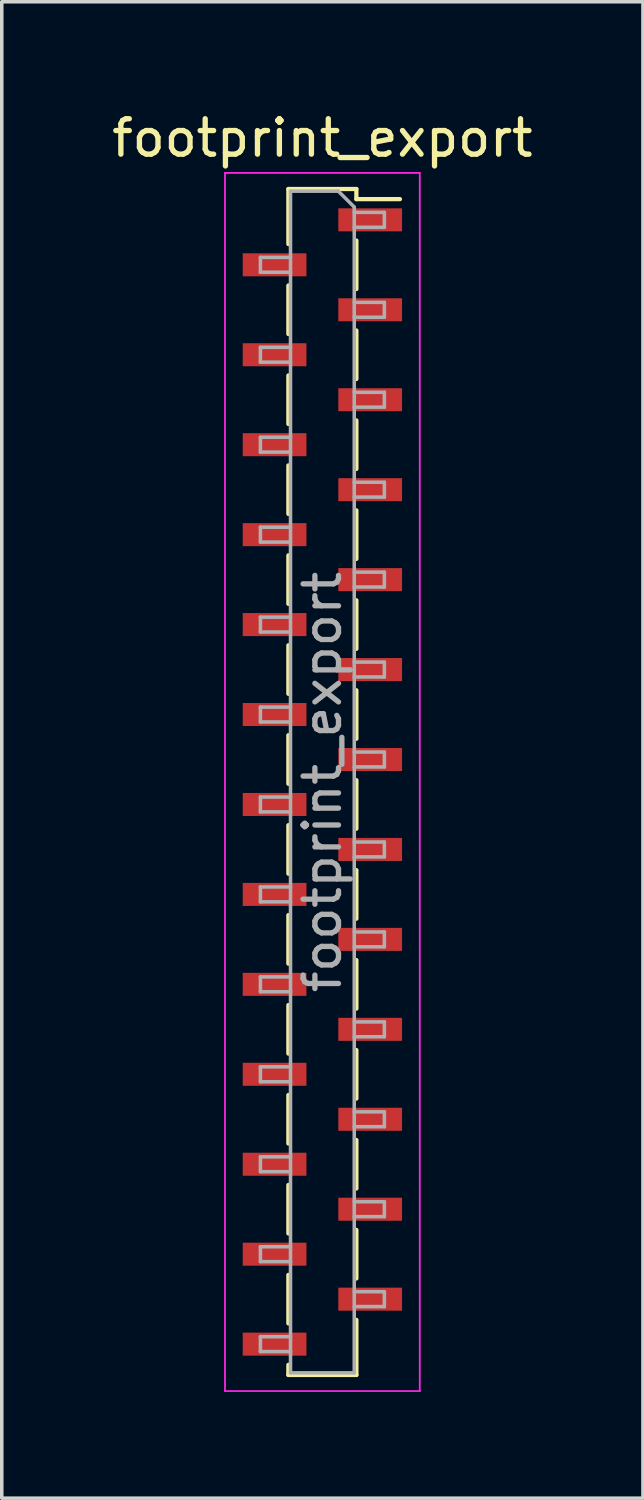
<source format=kicad_pcb>
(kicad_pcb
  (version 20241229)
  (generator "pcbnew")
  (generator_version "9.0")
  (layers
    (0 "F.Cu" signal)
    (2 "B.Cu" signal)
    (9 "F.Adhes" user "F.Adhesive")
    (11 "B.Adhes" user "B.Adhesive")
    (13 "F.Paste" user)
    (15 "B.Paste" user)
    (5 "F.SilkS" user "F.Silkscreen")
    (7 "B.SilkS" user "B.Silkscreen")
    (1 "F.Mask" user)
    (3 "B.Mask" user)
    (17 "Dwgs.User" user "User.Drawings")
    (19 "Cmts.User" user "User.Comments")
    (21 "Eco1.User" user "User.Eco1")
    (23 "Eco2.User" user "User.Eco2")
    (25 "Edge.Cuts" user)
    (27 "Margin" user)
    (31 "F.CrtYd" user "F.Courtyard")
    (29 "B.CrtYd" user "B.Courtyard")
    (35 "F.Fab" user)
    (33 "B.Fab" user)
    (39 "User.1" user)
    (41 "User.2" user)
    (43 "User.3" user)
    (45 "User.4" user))
  (footprint "footprint_export"
    (layer "F.Cu")
    (at 6.054 19.033)
    (property "Reference" "footprint_export" (at 0 -18.185 0) (layer "F.SilkS") (effects (font (size 1 1) (thickness 0.15))))
    (attr smd)
    (fp_line (start -0.96 -16.745) (end -0.96 -15.19) (stroke (width 0.12) (type solid)) (layer "F.SilkS"))
    (fp_line (start -0.96 -16.745) (end 0.96 -16.745) (stroke (width 0.12) (type solid)) (layer "F.SilkS"))
    (fp_line (start -0.96 -14.02) (end -0.96 -12.65) (stroke (width 0.12) (type solid)) (layer "F.SilkS"))
    (fp_line (start -0.96 -11.48) (end -0.96 -10.11) (stroke (width 0.12) (type solid)) (layer "F.SilkS"))
    (fp_line (start -0.96 -8.94) (end -0.96 -7.57) (stroke (width 0.12) (type solid)) (layer "F.SilkS"))
    (fp_line (start -0.96 -6.4) (end -0.96 -5.03) (stroke (width 0.12) (type solid)) (layer "F.SilkS"))
    (fp_line (start -0.96 -3.86) (end -0.96 -2.49) (stroke (width 0.12) (type solid)) (layer "F.SilkS"))
    (fp_line (start -0.96 -1.32) (end -0.96 0.05) (stroke (width 0.12) (type solid)) (layer "F.SilkS"))
    (fp_line (start -0.96 1.22) (end -0.96 2.59) (stroke (width 0.12) (type solid)) (layer "F.SilkS"))
    (fp_line (start -0.96 3.76) (end -0.96 5.13) (stroke (width 0.12) (type solid)) (layer "F.SilkS"))
    (fp_line (start -0.96 6.3) (end -0.96 7.67) (stroke (width 0.12) (type solid)) (layer "F.SilkS"))
    (fp_line (start -0.96 8.84) (end -0.96 10.21) (stroke (width 0.12) (type solid)) (layer "F.SilkS"))
    (fp_line (start -0.96 11.38) (end -0.96 12.75) (stroke (width 0.12) (type solid)) (layer "F.SilkS"))
    (fp_line (start -0.96 13.92) (end -0.96 15.29) (stroke (width 0.12) (type solid)) (layer "F.SilkS"))
    (fp_line (start -0.96 16.46) (end -0.96 16.745) (stroke (width 0.12) (type solid)) (layer "F.SilkS"))
    (fp_line (start -0.96 16.745) (end 0.96 16.745) (stroke (width 0.12) (type solid)) (layer "F.SilkS"))
    (fp_line (start 0.96 -16.745) (end 0.96 -16.46) (stroke (width 0.12) (type solid)) (layer "F.SilkS"))
    (fp_line (start 0.96 -16.46) (end 2.19 -16.46) (stroke (width 0.12) (type solid)) (layer "F.SilkS"))
    (fp_line (start 0.96 -15.29) (end 0.96 -13.92) (stroke (width 0.12) (type solid)) (layer "F.SilkS"))
    (fp_line (start 0.96 -12.75) (end 0.96 -11.38) (stroke (width 0.12) (type solid)) (layer "F.SilkS"))
    (fp_line (start 0.96 -10.21) (end 0.96 -8.84) (stroke (width 0.12) (type solid)) (layer "F.SilkS"))
    (fp_line (start 0.96 -7.67) (end 0.96 -6.3) (stroke (width 0.12) (type solid)) (layer "F.SilkS"))
    (fp_line (start 0.96 -5.13) (end 0.96 -3.76) (stroke (width 0.12) (type solid)) (layer "F.SilkS"))
    (fp_line (start 0.96 -2.59) (end 0.96 -1.22) (stroke (width 0.12) (type solid)) (layer "F.SilkS"))
    (fp_line (start 0.96 -0.05) (end 0.96 1.32) (stroke (width 0.12) (type solid)) (layer "F.SilkS"))
    (fp_line (start 0.96 2.49) (end 0.96 3.86) (stroke (width 0.12) (type solid)) (layer "F.SilkS"))
    (fp_line (start 0.96 5.03) (end 0.96 6.4) (stroke (width 0.12) (type solid)) (layer "F.SilkS"))
    (fp_line (start 0.96 7.57) (end 0.96 8.94) (stroke (width 0.12) (type solid)) (layer "F.SilkS"))
    (fp_line (start 0.96 10.11) (end 0.96 11.48) (stroke (width 0.12) (type solid)) (layer "F.SilkS"))
    (fp_line (start 0.96 12.65) (end 0.96 14.02) (stroke (width 0.12) (type solid)) (layer "F.SilkS"))
    (fp_line (start 0.96 15.19) (end 0.96 16.745) (stroke (width 0.12) (type solid)) (layer "F.SilkS"))
    (fp_line (start -2.75 -17.2) (end 2.75 -17.2) (stroke (width 0.05) (type solid)) (layer "F.CrtYd"))
    (fp_line (start -2.75 17.2) (end -2.75 -17.2) (stroke (width 0.05) (type solid)) (layer "F.CrtYd"))
    (fp_line (start 2.75 -17.2) (end 2.75 17.2) (stroke (width 0.05) (type solid)) (layer "F.CrtYd"))
    (fp_line (start 2.75 17.2) (end -2.75 17.2) (stroke (width 0.05) (type solid)) (layer "F.CrtYd"))
    (fp_line (start -1.75 -14.815) (end -0.9 -14.815) (stroke (width 0.1) (type solid)) (layer "F.Fab"))
    (fp_line (start -1.75 -14.395) (end -1.75 -14.815) (stroke (width 0.1) (type solid)) (layer "F.Fab"))
    (fp_line (start -1.75 -12.275) (end -0.9 -12.275) (stroke (width 0.1) (type solid)) (layer "F.Fab"))
    (fp_line (start -1.75 -11.855) (end -1.75 -12.275) (stroke (width 0.1) (type solid)) (layer "F.Fab"))
    (fp_line (start -1.75 -9.735) (end -0.9 -9.735) (stroke (width 0.1) (type solid)) (layer "F.Fab"))
    (fp_line (start -1.75 -9.315) (end -1.75 -9.735) (stroke (width 0.1) (type solid)) (layer "F.Fab"))
    (fp_line (start -1.75 -7.195) (end -0.9 -7.195) (stroke (width 0.1) (type solid)) (layer "F.Fab"))
    (fp_line (start -1.75 -6.775) (end -1.75 -7.195) (stroke (width 0.1) (type solid)) (layer "F.Fab"))
    (fp_line (start -1.75 -4.655) (end -0.9 -4.655) (stroke (width 0.1) (type solid)) (layer "F.Fab"))
    (fp_line (start -1.75 -4.235) (end -1.75 -4.655) (stroke (width 0.1) (type solid)) (layer "F.Fab"))
    (fp_line (start -1.75 -2.115) (end -0.9 -2.115) (stroke (width 0.1) (type solid)) (layer "F.Fab"))
    (fp_line (start -1.75 -1.695) (end -1.75 -2.115) (stroke (width 0.1) (type solid)) (layer "F.Fab"))
    (fp_line (start -1.75 0.425) (end -0.9 0.425) (stroke (width 0.1) (type solid)) (layer "F.Fab"))
    (fp_line (start -1.75 0.845) (end -1.75 0.425) (stroke (width 0.1) (type solid)) (layer "F.Fab"))
    (fp_line (start -1.75 2.965) (end -0.9 2.965) (stroke (width 0.1) (type solid)) (layer "F.Fab"))
    (fp_line (start -1.75 3.385) (end -1.75 2.965) (stroke (width 0.1) (type solid)) (layer "F.Fab"))
    (fp_line (start -1.75 5.505) (end -0.9 5.505) (stroke (width 0.1) (type solid)) (layer "F.Fab"))
    (fp_line (start -1.75 5.925) (end -1.75 5.505) (stroke (width 0.1) (type solid)) (layer "F.Fab"))
    (fp_line (start -1.75 8.045) (end -0.9 8.045) (stroke (width 0.1) (type solid)) (layer "F.Fab"))
    (fp_line (start -1.75 8.465) (end -1.75 8.045) (stroke (width 0.1) (type solid)) (layer "F.Fab"))
    (fp_line (start -1.75 10.585) (end -0.9 10.585) (stroke (width 0.1) (type solid)) (layer "F.Fab"))
    (fp_line (start -1.75 11.005) (end -1.75 10.585) (stroke (width 0.1) (type solid)) (layer "F.Fab"))
    (fp_line (start -1.75 13.125) (end -0.9 13.125) (stroke (width 0.1) (type solid)) (layer "F.Fab"))
    (fp_line (start -1.75 13.545) (end -1.75 13.125) (stroke (width 0.1) (type solid)) (layer "F.Fab"))
    (fp_line (start -1.75 15.665) (end -0.9 15.665) (stroke (width 0.1) (type solid)) (layer "F.Fab"))
    (fp_line (start -1.75 16.085) (end -1.75 15.665) (stroke (width 0.1) (type solid)) (layer "F.Fab"))
    (fp_line (start -0.9 -16.685) (end 0.45 -16.685) (stroke (width 0.1) (type solid)) (layer "F.Fab"))
    (fp_line (start -0.9 -14.395) (end -1.75 -14.395) (stroke (width 0.1) (type solid)) (layer "F.Fab"))
    (fp_line (start -0.9 -11.855) (end -1.75 -11.855) (stroke (width 0.1) (type solid)) (layer "F.Fab"))
    (fp_line (start -0.9 -9.315) (end -1.75 -9.315) (stroke (width 0.1) (type solid)) (layer "F.Fab"))
    (fp_line (start -0.9 -6.775) (end -1.75 -6.775) (stroke (width 0.1) (type solid)) (layer "F.Fab"))
    (fp_line (start -0.9 -4.235) (end -1.75 -4.235) (stroke (width 0.1) (type solid)) (layer "F.Fab"))
    (fp_line (start -0.9 -1.695) (end -1.75 -1.695) (stroke (width 0.1) (type solid)) (layer "F.Fab"))
    (fp_line (start -0.9 0.845) (end -1.75 0.845) (stroke (width 0.1) (type solid)) (layer "F.Fab"))
    (fp_line (start -0.9 3.385) (end -1.75 3.385) (stroke (width 0.1) (type solid)) (layer "F.Fab"))
    (fp_line (start -0.9 5.925) (end -1.75 5.925) (stroke (width 0.1) (type solid)) (layer "F.Fab"))
    (fp_line (start -0.9 8.465) (end -1.75 8.465) (stroke (width 0.1) (type solid)) (layer "F.Fab"))
    (fp_line (start -0.9 11.005) (end -1.75 11.005) (stroke (width 0.1) (type solid)) (layer "F.Fab"))
    (fp_line (start -0.9 13.545) (end -1.75 13.545) (stroke (width 0.1) (type solid)) (layer "F.Fab"))
    (fp_line (start -0.9 16.085) (end -1.75 16.085) (stroke (width 0.1) (type solid)) (layer "F.Fab"))
    (fp_line (start -0.9 16.685) (end -0.9 -16.685) (stroke (width 0.1) (type solid)) (layer "F.Fab"))
    (fp_line (start 0.45 -16.685) (end 0.9 -16.235) (stroke (width 0.1) (type solid)) (layer "F.Fab"))
    (fp_line (start 0.9 -16.235) (end 0.9 16.685) (stroke (width 0.1) (type solid)) (layer "F.Fab"))
    (fp_line (start 0.9 -16.085) (end 1.75 -16.085) (stroke (width 0.1) (type solid)) (layer "F.Fab"))
    (fp_line (start 0.9 -13.545) (end 1.75 -13.545) (stroke (width 0.1) (type solid)) (layer "F.Fab"))
    (fp_line (start 0.9 -11.005) (end 1.75 -11.005) (stroke (width 0.1) (type solid)) (layer "F.Fab"))
    (fp_line (start 0.9 -8.465) (end 1.75 -8.465) (stroke (width 0.1) (type solid)) (layer "F.Fab"))
    (fp_line (start 0.9 -5.925) (end 1.75 -5.925) (stroke (width 0.1) (type solid)) (layer "F.Fab"))
    (fp_line (start 0.9 -3.385) (end 1.75 -3.385) (stroke (width 0.1) (type solid)) (layer "F.Fab"))
    (fp_line (start 0.9 -0.845) (end 1.75 -0.845) (stroke (width 0.1) (type solid)) (layer "F.Fab"))
    (fp_line (start 0.9 1.695) (end 1.75 1.695) (stroke (width 0.1) (type solid)) (layer "F.Fab"))
    (fp_line (start 0.9 4.235) (end 1.75 4.235) (stroke (width 0.1) (type solid)) (layer "F.Fab"))
    (fp_line (start 0.9 6.775) (end 1.75 6.775) (stroke (width 0.1) (type solid)) (layer "F.Fab"))
    (fp_line (start 0.9 9.315) (end 1.75 9.315) (stroke (width 0.1) (type solid)) (layer "F.Fab"))
    (fp_line (start 0.9 11.855) (end 1.75 11.855) (stroke (width 0.1) (type solid)) (layer "F.Fab"))
    (fp_line (start 0.9 14.395) (end 1.75 14.395) (stroke (width 0.1) (type solid)) (layer "F.Fab"))
    (fp_line (start 0.9 16.685) (end -0.9 16.685) (stroke (width 0.1) (type solid)) (layer "F.Fab"))
    (fp_line (start 1.75 -16.085) (end 1.75 -15.665) (stroke (width 0.1) (type solid)) (layer "F.Fab"))
    (fp_line (start 1.75 -15.665) (end 0.9 -15.665) (stroke (width 0.1) (type solid)) (layer "F.Fab"))
    (fp_line (start 1.75 -13.545) (end 1.75 -13.125) (stroke (width 0.1) (type solid)) (layer "F.Fab"))
    (fp_line (start 1.75 -13.125) (end 0.9 -13.125) (stroke (width 0.1) (type solid)) (layer "F.Fab"))
    (fp_line (start 1.75 -11.005) (end 1.75 -10.585) (stroke (width 0.1) (type solid)) (layer "F.Fab"))
    (fp_line (start 1.75 -10.585) (end 0.9 -10.585) (stroke (width 0.1) (type solid)) (layer "F.Fab"))
    (fp_line (start 1.75 -8.465) (end 1.75 -8.045) (stroke (width 0.1) (type solid)) (layer "F.Fab"))
    (fp_line (start 1.75 -8.045) (end 0.9 -8.045) (stroke (width 0.1) (type solid)) (layer "F.Fab"))
    (fp_line (start 1.75 -5.925) (end 1.75 -5.505) (stroke (width 0.1) (type solid)) (layer "F.Fab"))
    (fp_line (start 1.75 -5.505) (end 0.9 -5.505) (stroke (width 0.1) (type solid)) (layer "F.Fab"))
    (fp_line (start 1.75 -3.385) (end 1.75 -2.965) (stroke (width 0.1) (type solid)) (layer "F.Fab"))
    (fp_line (start 1.75 -2.965) (end 0.9 -2.965) (stroke (width 0.1) (type solid)) (layer "F.Fab"))
    (fp_line (start 1.75 -0.845) (end 1.75 -0.425) (stroke (width 0.1) (type solid)) (layer "F.Fab"))
    (fp_line (start 1.75 -0.425) (end 0.9 -0.425) (stroke (width 0.1) (type solid)) (layer "F.Fab"))
    (fp_line (start 1.75 1.695) (end 1.75 2.115) (stroke (width 0.1) (type solid)) (layer "F.Fab"))
    (fp_line (start 1.75 2.115) (end 0.9 2.115) (stroke (width 0.1) (type solid)) (layer "F.Fab"))
    (fp_line (start 1.75 4.235) (end 1.75 4.655) (stroke (width 0.1) (type solid)) (layer "F.Fab"))
    (fp_line (start 1.75 4.655) (end 0.9 4.655) (stroke (width 0.1) (type solid)) (layer "F.Fab"))
    (fp_line (start 1.75 6.775) (end 1.75 7.195) (stroke (width 0.1) (type solid)) (layer "F.Fab"))
    (fp_line (start 1.75 7.195) (end 0.9 7.195) (stroke (width 0.1) (type solid)) (layer "F.Fab"))
    (fp_line (start 1.75 9.315) (end 1.75 9.735) (stroke (width 0.1) (type solid)) (layer "F.Fab"))
    (fp_line (start 1.75 9.735) (end 0.9 9.735) (stroke (width 0.1) (type solid)) (layer "F.Fab"))
    (fp_line (start 1.75 11.855) (end 1.75 12.275) (stroke (width 0.1) (type solid)) (layer "F.Fab"))
    (fp_line (start 1.75 12.275) (end 0.9 12.275) (stroke (width 0.1) (type solid)) (layer "F.Fab"))
    (fp_line (start 1.75 14.395) (end 1.75 14.815) (stroke (width 0.1) (type solid)) (layer "F.Fab"))
    (fp_line (start 1.75 14.815) (end 0.9 14.815) (stroke (width 0.1) (type solid)) (layer "F.Fab"))
    (fp_text user "${REFERENCE}" (at 0 0 90) (layer "F.Fab") (effects (font (size 1 1) (thickness 0.15))))
    (pad "1" smd rect (at 1.35 -15.875) (size 1.8 0.65) (layers "F.Cu" "F.Mask" "F.Paste"))
    (pad "2" smd rect (at -1.35 -14.605) (size 1.8 0.65) (layers "F.Cu" "F.Mask" "F.Paste"))
    (pad "3" smd rect (at 1.35 -13.335) (size 1.8 0.65) (layers "F.Cu" "F.Mask" "F.Paste"))
    (pad "4" smd rect (at -1.35 -12.065) (size 1.8 0.65) (layers "F.Cu" "F.Mask" "F.Paste"))
    (pad "5" smd rect (at 1.35 -10.795) (size 1.8 0.65) (layers "F.Cu" "F.Mask" "F.Paste"))
    (pad "6" smd rect (at -1.35 -9.525) (size 1.8 0.65) (layers "F.Cu" "F.Mask" "F.Paste"))
    (pad "7" smd rect (at 1.35 -8.255) (size 1.8 0.65) (layers "F.Cu" "F.Mask" "F.Paste"))
    (pad "8" smd rect (at -1.35 -6.985) (size 1.8 0.65) (layers "F.Cu" "F.Mask" "F.Paste"))
    (pad "9" smd rect (at 1.35 -5.715) (size 1.8 0.65) (layers "F.Cu" "F.Mask" "F.Paste"))
    (pad "10" smd rect (at -1.35 -4.445) (size 1.8 0.65) (layers "F.Cu" "F.Mask" "F.Paste"))
    (pad "11" smd rect (at 1.35 -3.175) (size 1.8 0.65) (layers "F.Cu" "F.Mask" "F.Paste"))
    (pad "12" smd rect (at -1.35 -1.905) (size 1.8 0.65) (layers "F.Cu" "F.Mask" "F.Paste"))
    (pad "13" smd rect (at 1.35 -0.635) (size 1.8 0.65) (layers "F.Cu" "F.Mask" "F.Paste"))
    (pad "14" smd rect (at -1.35 0.635) (size 1.8 0.65) (layers "F.Cu" "F.Mask" "F.Paste"))
    (pad "15" smd rect (at 1.35 1.905) (size 1.8 0.65) (layers "F.Cu" "F.Mask" "F.Paste"))
    (pad "16" smd rect (at -1.35 3.175) (size 1.8 0.65) (layers "F.Cu" "F.Mask" "F.Paste"))
    (pad "17" smd rect (at 1.35 4.445) (size 1.8 0.65) (layers "F.Cu" "F.Mask" "F.Paste"))
    (pad "18" smd rect (at -1.35 5.715) (size 1.8 0.65) (layers "F.Cu" "F.Mask" "F.Paste"))
    (pad "19" smd rect (at 1.35 6.985) (size 1.8 0.65) (layers "F.Cu" "F.Mask" "F.Paste"))
    (pad "20" smd rect (at -1.35 8.255) (size 1.8 0.65) (layers "F.Cu" "F.Mask" "F.Paste"))
    (pad "21" smd rect (at 1.35 9.525) (size 1.8 0.65) (layers "F.Cu" "F.Mask" "F.Paste"))
    (pad "22" smd rect (at -1.35 10.795) (size 1.8 0.65) (layers "F.Cu" "F.Mask" "F.Paste"))
    (pad "23" smd rect (at 1.35 12.065) (size 1.8 0.65) (layers "F.Cu" "F.Mask" "F.Paste"))
    (pad "24" smd rect (at -1.35 13.335) (size 1.8 0.65) (layers "F.Cu" "F.Mask" "F.Paste"))
    (pad "25" smd rect (at 1.35 14.605) (size 1.8 0.65) (layers "F.Cu" "F.Mask" "F.Paste"))
    (pad "26" smd rect (at -1.35 15.875) (size 1.8 0.65) (layers "F.Cu" "F.Mask" "F.Paste")))
  (gr_rect
    (start -3 -3)
    (end 15.107 39.258)
    (stroke (width 0.1) (type default))
    (fill no)
    (layer "Edge.Cuts")))
</source>
